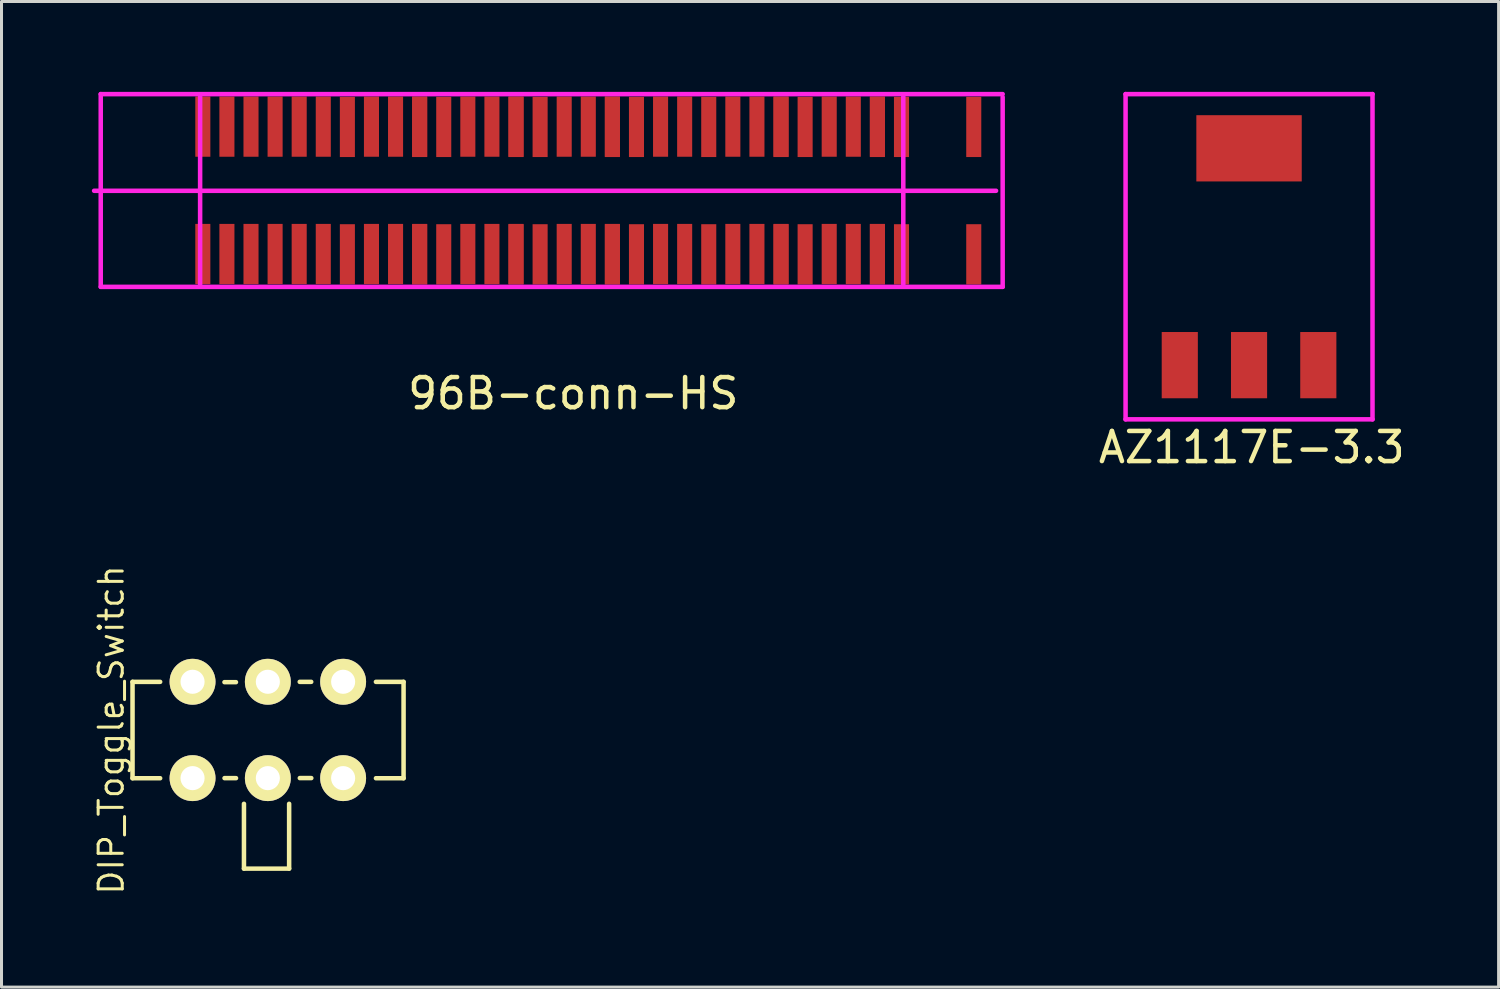
<source format=kicad_pcb>
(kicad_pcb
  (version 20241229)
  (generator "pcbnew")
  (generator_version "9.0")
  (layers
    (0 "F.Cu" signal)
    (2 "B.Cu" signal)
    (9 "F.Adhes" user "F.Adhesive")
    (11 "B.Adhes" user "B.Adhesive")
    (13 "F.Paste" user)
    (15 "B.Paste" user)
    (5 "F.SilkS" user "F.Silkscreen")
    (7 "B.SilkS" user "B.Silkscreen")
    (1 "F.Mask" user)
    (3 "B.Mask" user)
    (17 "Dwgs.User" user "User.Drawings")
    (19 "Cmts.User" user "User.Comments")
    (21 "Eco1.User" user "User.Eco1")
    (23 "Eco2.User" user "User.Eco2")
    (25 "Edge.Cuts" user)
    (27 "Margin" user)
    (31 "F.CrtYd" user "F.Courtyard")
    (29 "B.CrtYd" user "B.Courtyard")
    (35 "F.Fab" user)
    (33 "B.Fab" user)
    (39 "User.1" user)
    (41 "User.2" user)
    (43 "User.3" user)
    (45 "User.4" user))
  (footprint "AZ1117E-3.3"
    (layer "F.Cu")
    (at 35.526 10.185)
    (property "Reference" "AZ1117E-3.3" (at 2.99 1.62 0) (layer "F.SilkS") (effects (font (size 1 1) (thickness 0.15))))
    (attr through_hole)
    (fp_line (start -1.2 -10.11) (end -1.2 0.69) (stroke (width 0.15) (type solid)) (layer "F.CrtYd"))
    (fp_line (start -1.2 -10.11) (end 7 -10.11) (stroke (width 0.15) (type solid)) (layer "F.CrtYd"))
    (fp_line (start -1.2 0.69) (end 7 0.69) (stroke (width 0.15) (type solid)) (layer "F.CrtYd"))
    (fp_line (start 7 -10.11) (end 7 0.69) (stroke (width 0.15) (type solid)) (layer "F.CrtYd"))
    (pad "1" smd rect (at 0.6 -1.11) (size 1.2 2.2) (layers "F.Cu" "F.Mask" "F.Paste"))
    (pad "2" smd rect (at 2.9 -1.11) (size 1.2 2.2) (layers "F.Cu" "F.Mask" "F.Paste"))
    (pad "3" smd rect (at 5.2 -1.11) (size 1.2 2.2) (layers "F.Cu" "F.Mask" "F.Paste"))
    (pad "4" smd rect (at 2.9 -8.31) (size 3.5 2.2) (layers "F.Cu" "F.Mask" "F.Paste")))
  (footprint "96B-conn-HS"
    (layer "F.Cu")
    (at 15.895 3.405)
    (property "Reference" "96B-conn-HS" (at 0.09 6.61 0) (layer "F.SilkS") (effects (font (size 1 1) (thickness 0.15))))
    (attr through_hole)
    (fp_line (start -15.6 -3.33) (end -15.6 3.07) (stroke (width 0.15) (type solid)) (layer "F.CrtYd"))
    (fp_line (start -12.3 3.02) (end -12.3 -3.28) (stroke (width 0.15) (type solid)) (layer "F.CrtYd"))
    (fp_line (start 11.05 3) (end 11.05 -3.3) (stroke (width 0.15) (type solid)) (layer "F.CrtYd"))
    (fp_line (start 14.13 -0.12) (end -15.82 -0.12) (stroke (width 0.15) (type solid)) (layer "F.CrtYd"))
    (fp_line (start 14.35 -3.33) (end -15.6 -3.33) (stroke (width 0.15) (type solid)) (layer "F.CrtYd"))
    (fp_line (start 14.35 3.07) (end -15.6 3.07) (stroke (width 0.15) (type solid)) (layer "F.CrtYd"))
    (fp_line (start 14.35 3.07) (end 14.35 -3.23) (stroke (width 0.15) (type solid)) (layer "F.CrtYd"))
    (pad "1" smd rect (at -12.21 -2.25) (size 0.5 2) (layers "F.Cu" "F.Mask" "F.Paste"))
    (pad "1" smd rect (at -12.21 1.98) (size 0.5 2) (layers "F.Cu" "F.Mask" "F.Paste"))
    (pad "1" smd rect (at -11.41 -2.25) (size 0.5 2) (layers "F.Cu" "F.Mask" "F.Paste"))
    (pad "1" smd rect (at -11.41 1.98) (size 0.5 2) (layers "F.Cu" "F.Mask" "F.Paste"))
    (pad "1" smd rect (at -10.61 -2.25) (size 0.5 2) (layers "F.Cu" "F.Mask" "F.Paste"))
    (pad "1" smd rect (at -10.61 1.98) (size 0.5 2) (layers "F.Cu" "F.Mask" "F.Paste"))
    (pad "1" smd rect (at -9.81 -2.25) (size 0.5 2) (layers "F.Cu" "F.Mask" "F.Paste"))
    (pad "1" smd rect (at -9.81 1.98) (size 0.5 2) (layers "F.Cu" "F.Mask" "F.Paste"))
    (pad "1" smd rect (at -9.01 -2.25) (size 0.5 2) (layers "F.Cu" "F.Mask" "F.Paste"))
    (pad "1" smd rect (at -9.01 1.98) (size 0.5 2) (layers "F.Cu" "F.Mask" "F.Paste"))
    (pad "1" smd rect (at -8.21 -2.25) (size 0.5 2) (layers "F.Cu" "F.Mask" "F.Paste"))
    (pad "1" smd rect (at -8.21 1.98) (size 0.5 2) (layers "F.Cu" "F.Mask" "F.Paste"))
    (pad "1" smd rect (at -7.41 -2.24) (size 0.5 2) (layers "F.Cu" "F.Mask" "F.Paste"))
    (pad "1" smd rect (at -7.41 1.99) (size 0.5 2) (layers "F.Cu" "F.Mask" "F.Paste"))
    (pad "1" smd rect (at -6.61 -2.25) (size 0.5 2) (layers "F.Cu" "F.Mask" "F.Paste"))
    (pad "1" smd rect (at -6.61 1.98) (size 0.5 2) (layers "F.Cu" "F.Mask" "F.Paste"))
    (pad "1" smd rect (at -5.81 -2.25) (size 0.5 2) (layers "F.Cu" "F.Mask" "F.Paste"))
    (pad "1" smd rect (at -5.81 1.98) (size 0.5 2) (layers "F.Cu" "F.Mask" "F.Paste"))
    (pad "1" smd rect (at -5.01 -2.25) (size 0.5 2) (layers "F.Cu" "F.Mask" "F.Paste"))
    (pad "1" smd rect (at -5.01 -2.24) (size 0.5 2) (layers "F.Cu" "F.Mask" "F.Paste"))
    (pad "1" smd rect (at -5.01 1.98) (size 0.5 2) (layers "F.Cu" "F.Mask" "F.Paste"))
    (pad "1" smd rect (at -5.01 1.99) (size 0.5 2) (layers "F.Cu" "F.Mask" "F.Paste"))
    (pad "1" smd rect (at -4.21 -2.24) (size 0.5 2) (layers "F.Cu" "F.Mask" "F.Paste"))
    (pad "1" smd rect (at -4.21 1.99) (size 0.5 2) (layers "F.Cu" "F.Mask" "F.Paste"))
    (pad "1" smd rect (at -3.41 -2.25) (size 0.5 2) (layers "F.Cu" "F.Mask" "F.Paste"))
    (pad "1" smd rect (at -3.41 1.98) (size 0.5 2) (layers "F.Cu" "F.Mask" "F.Paste"))
    (pad "1" smd rect (at -2.61 -2.25) (size 0.5 2) (layers "F.Cu" "F.Mask" "F.Paste"))
    (pad "1" smd rect (at -2.61 1.98) (size 0.5 2) (layers "F.Cu" "F.Mask" "F.Paste"))
    (pad "1" smd rect (at -1.81 -2.25) (size 0.5 2) (layers "F.Cu" "F.Mask" "F.Paste"))
    (pad "1" smd rect (at -1.81 -2.24) (size 0.5 2) (layers "F.Cu" "F.Mask" "F.Paste"))
    (pad "1" smd rect (at -1.81 1.98) (size 0.5 2) (layers "F.Cu" "F.Mask" "F.Paste"))
    (pad "1" smd rect (at -1.81 1.99) (size 0.5 2) (layers "F.Cu" "F.Mask" "F.Paste"))
    (pad "1" smd rect (at -1.01 -2.24) (size 0.5 2) (layers "F.Cu" "F.Mask" "F.Paste"))
    (pad "1" smd rect (at -1.01 1.99) (size 0.5 2) (layers "F.Cu" "F.Mask" "F.Paste"))
    (pad "1" smd rect (at -0.21 -2.25) (size 0.5 2) (layers "F.Cu" "F.Mask" "F.Paste"))
    (pad "1" smd rect (at -0.21 1.98) (size 0.5 2) (layers "F.Cu" "F.Mask" "F.Paste"))
    (pad "1" smd rect (at 0.59 -2.25) (size 0.5 2) (layers "F.Cu" "F.Mask" "F.Paste"))
    (pad "1" smd rect (at 0.59 1.98) (size 0.5 2) (layers "F.Cu" "F.Mask" "F.Paste"))
    (pad "1" smd rect (at 1.39 -2.25) (size 0.5 2) (layers "F.Cu" "F.Mask" "F.Paste"))
    (pad "1" smd rect (at 1.39 -2.24) (size 0.5 2) (layers "F.Cu" "F.Mask" "F.Paste"))
    (pad "1" smd rect (at 1.39 1.98) (size 0.5 2) (layers "F.Cu" "F.Mask" "F.Paste"))
    (pad "1" smd rect (at 1.39 1.99) (size 0.5 2) (layers "F.Cu" "F.Mask" "F.Paste"))
    (pad "1" smd rect (at 2.19 -2.24) (size 0.5 2) (layers "F.Cu" "F.Mask" "F.Paste"))
    (pad "1" smd rect (at 2.19 1.99) (size 0.5 2) (layers "F.Cu" "F.Mask" "F.Paste"))
    (pad "1" smd rect (at 2.99 -2.25) (size 0.5 2) (layers "F.Cu" "F.Mask" "F.Paste"))
    (pad "1" smd rect (at 2.99 1.98) (size 0.5 2) (layers "F.Cu" "F.Mask" "F.Paste"))
    (pad "1" smd rect (at 3.79 -2.25) (size 0.5 2) (layers "F.Cu" "F.Mask" "F.Paste"))
    (pad "1" smd rect (at 3.79 1.98) (size 0.5 2) (layers "F.Cu" "F.Mask" "F.Paste"))
    (pad "1" smd rect (at 4.59 -2.24) (size 0.5 2) (layers "F.Cu" "F.Mask" "F.Paste"))
    (pad "1" smd rect (at 4.59 1.99) (size 0.5 2) (layers "F.Cu" "F.Mask" "F.Paste"))
    (pad "1" smd rect (at 5.39 -2.25) (size 0.5 2) (layers "F.Cu" "F.Mask" "F.Paste"))
    (pad "1" smd rect (at 5.39 1.98) (size 0.5 2) (layers "F.Cu" "F.Mask" "F.Paste"))
    (pad "1" smd rect (at 6.19 -2.25) (size 0.5 2) (layers "F.Cu" "F.Mask" "F.Paste"))
    (pad "1" smd rect (at 6.19 1.98) (size 0.5 2) (layers "F.Cu" "F.Mask" "F.Paste"))
    (pad "1" smd rect (at 6.99 -2.25) (size 0.5 2) (layers "F.Cu" "F.Mask" "F.Paste"))
    (pad "1" smd rect (at 6.99 -2.24) (size 0.5 2) (layers "F.Cu" "F.Mask" "F.Paste"))
    (pad "1" smd rect (at 6.99 1.98) (size 0.5 2) (layers "F.Cu" "F.Mask" "F.Paste"))
    (pad "1" smd rect (at 6.99 1.99) (size 0.5 2) (layers "F.Cu" "F.Mask" "F.Paste"))
    (pad "1" smd rect (at 7.79 -2.24) (size 0.5 2) (layers "F.Cu" "F.Mask" "F.Paste"))
    (pad "1" smd rect (at 7.79 1.99) (size 0.5 2) (layers "F.Cu" "F.Mask" "F.Paste"))
    (pad "1" smd rect (at 8.59 -2.25) (size 0.5 2) (layers "F.Cu" "F.Mask" "F.Paste"))
    (pad "1" smd rect (at 8.59 1.98) (size 0.5 2) (layers "F.Cu" "F.Mask" "F.Paste"))
    (pad "1" smd rect (at 9.39 -2.25) (size 0.5 2) (layers "F.Cu" "F.Mask" "F.Paste"))
    (pad "1" smd rect (at 9.39 1.98) (size 0.5 2) (layers "F.Cu" "F.Mask" "F.Paste"))
    (pad "1" smd rect (at 10.19 -2.25) (size 0.5 2) (layers "F.Cu" "F.Mask" "F.Paste"))
    (pad "1" smd rect (at 10.19 -2.24) (size 0.5 2) (layers "F.Cu" "F.Mask" "F.Paste"))
    (pad "1" smd rect (at 10.19 1.98) (size 0.5 2) (layers "F.Cu" "F.Mask" "F.Paste"))
    (pad "1" smd rect (at 10.19 1.99) (size 0.5 2) (layers "F.Cu" "F.Mask" "F.Paste"))
    (pad "1" smd rect (at 10.99 -2.24) (size 0.5 2) (layers "F.Cu" "F.Mask" "F.Paste"))
    (pad "1" smd rect (at 10.99 1.99) (size 0.5 2) (layers "F.Cu" "F.Mask" "F.Paste"))
    (pad "1" smd rect (at 13.39 -2.24) (size 0.5 2) (layers "F.Cu" "F.Mask" "F.Paste"))
    (pad "1" smd rect (at 13.39 1.99) (size 0.5 2) (layers "F.Cu" "F.Mask" "F.Paste")))
  (footprint "DIP_Toggle_Switch"
    (layer "F.Cu")
    (at 5.821 22.792)
    (property "Reference" "DIP_Toggle_Switch" (at -5.177 -1.603 90) (layer "F.SilkS") (effects (font (size 0.8 0.8) (thickness 0.1))))
    (attr through_hole)
    (fp_line (start -4.47 -3.2) (end -3.553 -3.2) (stroke (width 0.15) (type solid)) (layer "F.SilkS"))
    (fp_line (start -4.47 -3.2) (end -4.47 0) (stroke (width 0.15) (type solid)) (layer "F.SilkS"))
    (fp_line (start -4.47 0) (end -3.553 0) (stroke (width 0.15) (type solid)) (layer "F.SilkS"))
    (fp_line (start -1.417 -3.19) (end -1.036 -3.19) (stroke (width 0.15) (type solid)) (layer "F.SilkS"))
    (fp_line (start -1.415 -0.003) (end -1.034 -0.003) (stroke (width 0.15) (type solid)) (layer "F.SilkS"))
    (fp_line (start -0.77 3.002) (end 0.73 3.002) (stroke (width 0.15) (type solid)) (layer "F.SilkS"))
    (fp_line (start -0.77 3) (end -0.77 0.85) (stroke (width 0.15) (type solid)) (layer "F.SilkS"))
    (fp_line (start 0.73 3) (end 0.73 0.85) (stroke (width 0.15) (type solid)) (layer "F.SilkS"))
    (fp_line (start 1.082 -3.2) (end 1.463 -3.2) (stroke (width 0.15) (type solid)) (layer "F.SilkS"))
    (fp_line (start 1.085 -0.005) (end 1.466 -0.005) (stroke (width 0.15) (type solid)) (layer "F.SilkS"))
    (fp_line (start 3.612 -3.2) (end 4.529 -3.2) (stroke (width 0.15) (type solid)) (layer "F.SilkS"))
    (fp_line (start 3.613 0) (end 4.53 0) (stroke (width 0.15) (type solid)) (layer "F.SilkS"))
    (fp_line (start 4.53 -3.2) (end 4.53 0) (stroke (width 0.15) (type solid)) (layer "F.SilkS"))
    (pad "1" thru_hole circle (at -2.477 -3.203) (size 1.524 1.524) (drill 0.8) (layers "*.Cu" "*.Mask" "F.SilkS"))
    (pad "1" thru_hole circle (at -2.477 -0.003) (size 1.524 1.524) (drill 0.8) (layers "*.Cu" "*.Mask" "F.SilkS"))
    (pad "2" thru_hole circle (at 0.023 -3.203) (size 1.524 1.524) (drill 0.8) (layers "*.Cu" "*.Mask" "F.SilkS"))
    (pad "2" thru_hole circle (at 0.023 -0.003) (size 1.524 1.524) (drill 0.8) (layers "*.Cu" "*.Mask" "F.SilkS"))
    (pad "3" thru_hole circle (at 2.523 -3.203) (size 1.524 1.524) (drill 0.8) (layers "*.Cu" "*.Mask" "F.SilkS"))
    (pad "3" thru_hole circle (at 2.523 -0.003) (size 1.524 1.524) (drill 0.8) (layers "*.Cu" "*.Mask" "F.SilkS")))
  (gr_rect
    (start -3 -3)
    (end 46.713 29.727)
    (stroke (width 0.1) (type default))
    (fill no)
    (layer "Edge.Cuts")))
</source>
